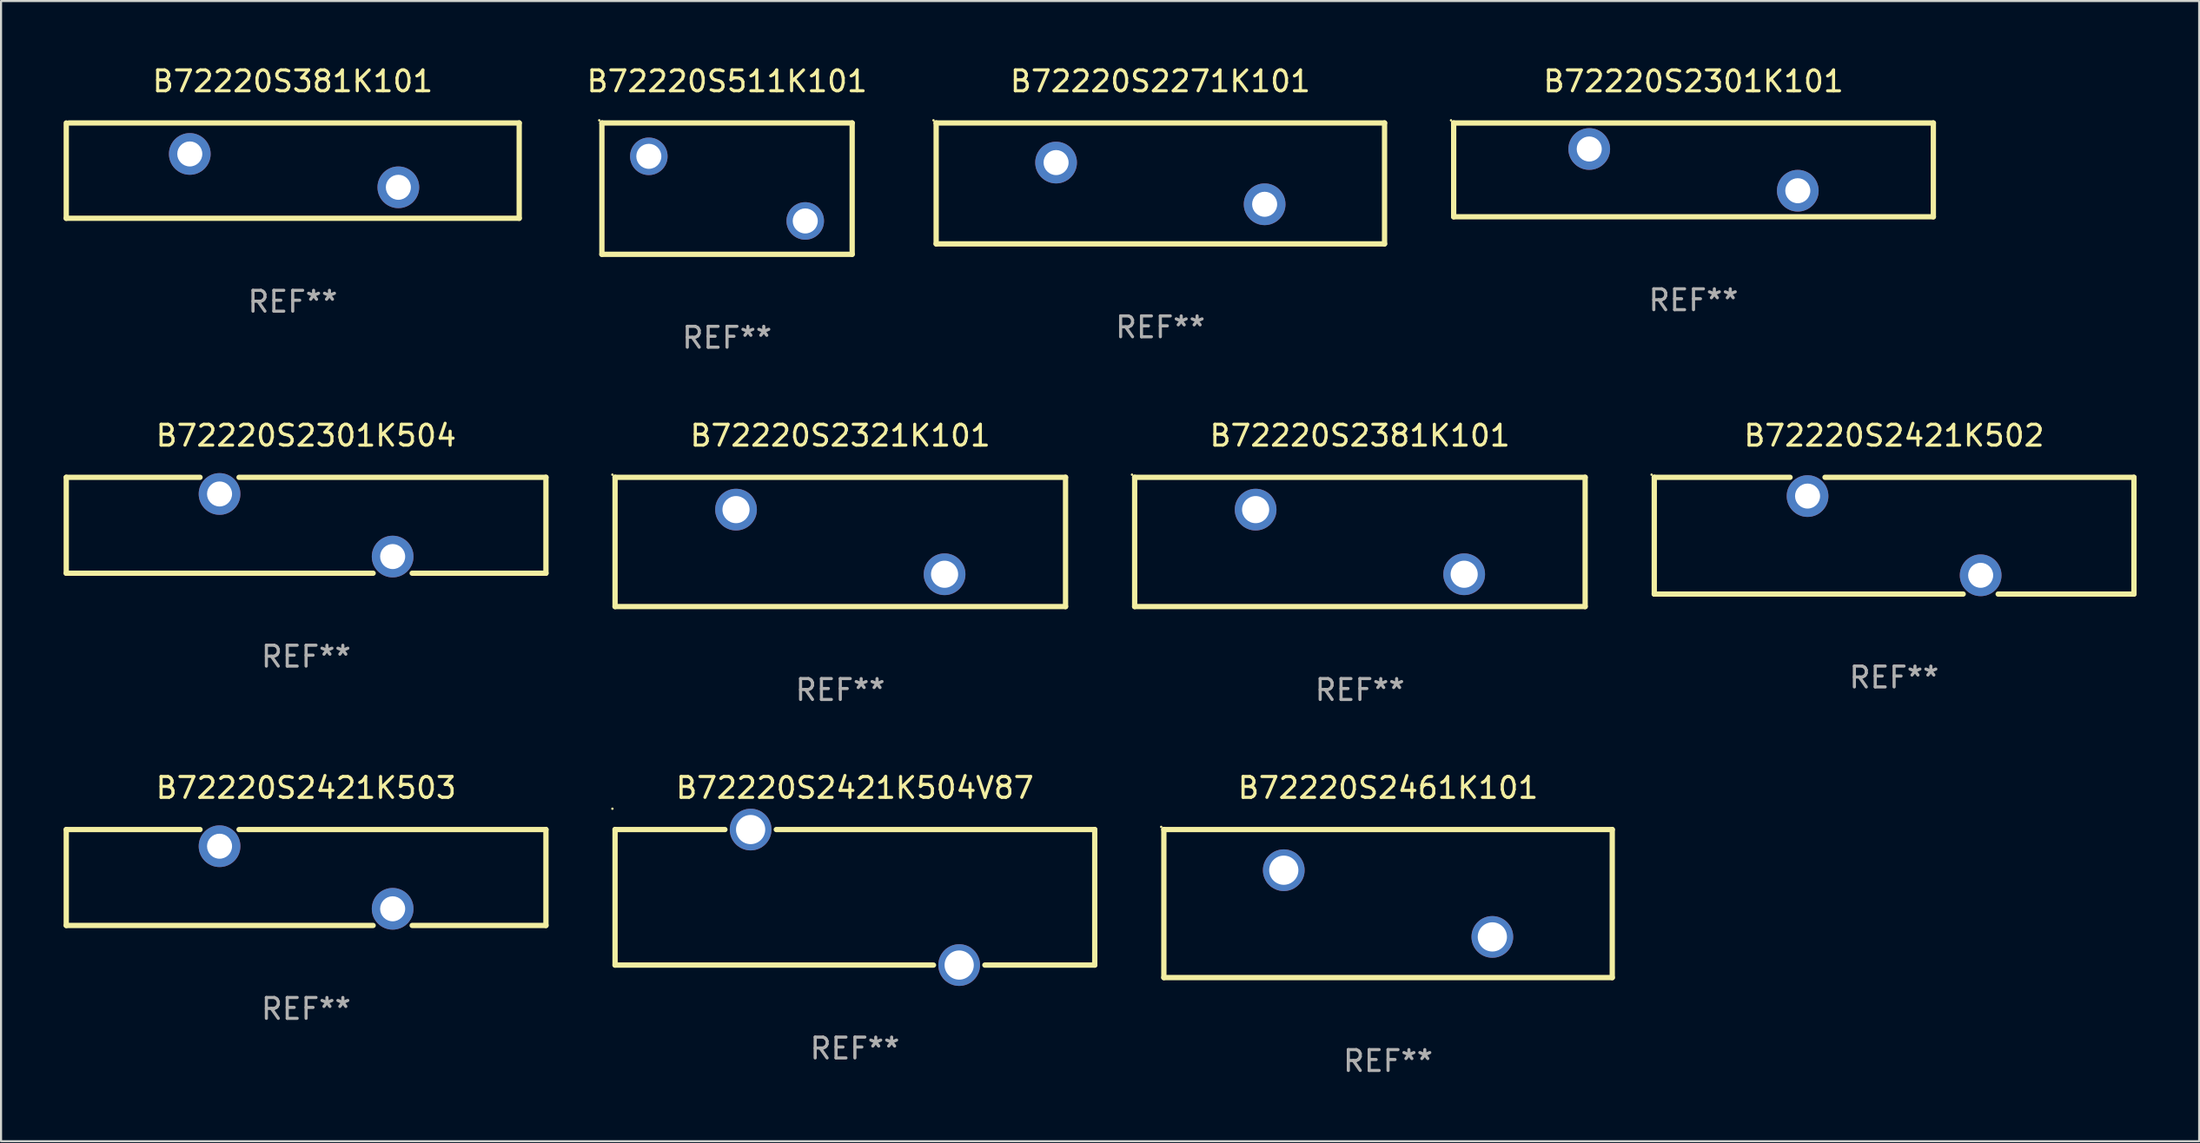
<source format=kicad_pcb>
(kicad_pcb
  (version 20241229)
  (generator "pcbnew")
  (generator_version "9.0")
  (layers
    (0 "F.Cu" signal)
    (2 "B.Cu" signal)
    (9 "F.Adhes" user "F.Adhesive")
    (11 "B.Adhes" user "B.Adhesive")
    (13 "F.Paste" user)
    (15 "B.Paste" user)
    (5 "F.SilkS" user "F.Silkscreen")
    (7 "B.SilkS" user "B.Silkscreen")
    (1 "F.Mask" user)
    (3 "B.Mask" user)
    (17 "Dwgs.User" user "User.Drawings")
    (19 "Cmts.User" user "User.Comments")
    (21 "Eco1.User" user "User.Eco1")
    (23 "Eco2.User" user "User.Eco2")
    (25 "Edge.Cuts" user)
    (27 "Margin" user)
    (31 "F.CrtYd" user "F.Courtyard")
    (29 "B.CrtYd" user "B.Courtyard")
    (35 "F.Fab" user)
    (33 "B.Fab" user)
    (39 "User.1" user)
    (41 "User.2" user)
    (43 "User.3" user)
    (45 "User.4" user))
  (footprint "B72220S2271K101"
    (layer "F.Cu")
    (at 52.587 5.748)
    (property "Reference" "B72220S2271K101" (at 0 -4.9 0) (layer "F.SilkS") (effects (font (size 1 1) (thickness 0.15))))
    (attr through_hole)
    (fp_line (start -10.75 -2.9) (end 10.75 -2.9) (stroke (width 0.254) (type solid)) (layer "F.SilkS"))
    (fp_line (start -10.75 2.9) (end -10.75 -2.9) (stroke (width 0.254) (type solid)) (layer "F.SilkS"))
    (fp_line (start 10.75 -2.9) (end 10.75 2.9) (stroke (width 0.254) (type solid)) (layer "F.SilkS"))
    (fp_line (start 10.75 2.9) (end -10.75 2.9) (stroke (width 0.254) (type solid)) (layer "F.SilkS"))
    (fp_circle (center -10.877 -3.027) (end -10.847 -3.027) (stroke (width 0.06) (type solid)) (fill no) (layer "F.SilkS"))
    (fp_text user "REF**" (at 0 6.9 0) (layer "F.Fab") (effects (font (size 1 1) (thickness 0.15))))
    (pad "1" thru_hole circle (at -5 -1) (size 2 2) (drill 1.2) (layers "*.Cu" "*.Mask"))
    (pad "2" thru_hole circle (at 5 1) (size 2 2) (drill 1.2) (layers "*.Cu" "*.Mask")))
  (footprint "B72220S2421K502"
    (layer "F.Cu")
    (at 87.769 22.645)
    (property "Reference" "B72220S2421K502" (at 0 -4.8 0) (layer "F.SilkS") (effects (font (size 1 1) (thickness 0.15))))
    (attr through_hole)
    (fp_line (start -11.5 -2.8) (end -4.989 -2.8) (stroke (width 0.254) (type solid)) (layer "F.SilkS"))
    (fp_line (start -11.5 2.8) (end -11.5 -2.8) (stroke (width 0.254) (type solid)) (layer "F.SilkS"))
    (fp_line (start -3.312 -2.8) (end 11.5 -2.8) (stroke (width 0.254) (type solid)) (layer "F.SilkS"))
    (fp_line (start 3.312 2.8) (end -11.5 2.8) (stroke (width 0.254) (type solid)) (layer "F.SilkS"))
    (fp_line (start 11.5 -2.8) (end 11.5 2.8) (stroke (width 0.254) (type solid)) (layer "F.SilkS"))
    (fp_line (start 11.5 2.8) (end 4.989 2.8) (stroke (width 0.254) (type solid)) (layer "F.SilkS"))
    (fp_circle (center -11.627 -2.927) (end -11.597 -2.927) (stroke (width 0.06) (type solid)) (fill no) (layer "F.SilkS"))
    (fp_text user "REF**" (at 0 6.8 0) (layer "F.Fab") (effects (font (size 1 1) (thickness 0.15))))
    (pad "1" thru_hole circle (at -4.15 -1.9) (size 2 2) (drill 1.2) (layers "*.Cu" "*.Mask"))
    (pad "2" thru_hole circle (at 4.15 1.9) (size 2 2) (drill 1.2) (layers "*.Cu" "*.Mask")))
  (footprint "B72220S2461K101"
    (layer "F.Cu")
    (at 63.505 40.291)
    (property "Reference" "B72220S2461K101" (at 0 -5.55 0) (layer "F.SilkS") (effects (font (size 1 1) (thickness 0.15))))
    (attr through_hole)
    (fp_line (start -10.75 -3.55) (end 10.75 -3.55) (stroke (width 0.254) (type solid)) (layer "F.SilkS"))
    (fp_line (start -10.75 3.55) (end -10.75 -3.55) (stroke (width 0.254) (type solid)) (layer "F.SilkS"))
    (fp_line (start 10.75 -3.55) (end 10.75 3.55) (stroke (width 0.254) (type solid)) (layer "F.SilkS"))
    (fp_line (start 10.75 3.55) (end -10.75 3.55) (stroke (width 0.254) (type solid)) (layer "F.SilkS"))
    (fp_circle (center -10.877 -3.677) (end -10.847 -3.677) (stroke (width 0.06) (type solid)) (fill no) (layer "F.SilkS"))
    (fp_text user "REF**" (at 0 7.55 0) (layer "F.Fab") (effects (font (size 1 1) (thickness 0.15))))
    (pad "1" thru_hole circle (at -5 -1.6) (size 2 2) (drill 1.4) (layers "*.Cu" "*.Mask"))
    (pad "2" thru_hole circle (at 5 1.6) (size 2 2) (drill 1.4) (layers "*.Cu" "*.Mask")))
  (footprint "B72220S511K101"
    (layer "F.Cu")
    (at 31.81 5.998)
    (property "Reference" "B72220S511K101" (at 0 -5.15 0) (layer "F.SilkS") (effects (font (size 1 1) (thickness 0.15))))
    (attr through_hole)
    (fp_line (start -6 -3.15) (end 6 -3.15) (stroke (width 0.254) (type solid)) (layer "F.SilkS"))
    (fp_line (start -6 3.15) (end -6 -3.15) (stroke (width 0.254) (type solid)) (layer "F.SilkS"))
    (fp_line (start 6 -3.15) (end 6 3.15) (stroke (width 0.254) (type solid)) (layer "F.SilkS"))
    (fp_line (start 6 3.15) (end -6 3.15) (stroke (width 0.254) (type solid)) (layer "F.SilkS"))
    (fp_circle (center -6.127 -3.277) (end -6.097 -3.277) (stroke (width 0.06) (type solid)) (fill no) (layer "F.SilkS"))
    (fp_text user "REF**" (at 0 7.15 0) (layer "F.Fab") (effects (font (size 1 1) (thickness 0.15))))
    (pad "1" thru_hole circle (at -3.75 -1.55) (size 1.8 1.8) (drill 1.2) (layers "*.Cu" "*.Mask"))
    (pad "2" thru_hole circle (at 3.75 1.55) (size 1.8 1.8) (drill 1.2) (layers "*.Cu" "*.Mask")))
  (footprint "B72220S2301K101"
    (layer "F.Cu")
    (at 78.151 5.099)
    (property "Reference" "B72220S2301K101" (at 0 -4.25 0) (layer "F.SilkS") (effects (font (size 1 1) (thickness 0.15))))
    (attr through_hole)
    (fp_line (start -11.5 -2.25) (end 11.5 -2.25) (stroke (width 0.254) (type solid)) (layer "F.SilkS"))
    (fp_line (start -11.5 2.25) (end -11.5 -2.25) (stroke (width 0.254) (type solid)) (layer "F.SilkS"))
    (fp_line (start 11.5 -2.25) (end 11.5 2.25) (stroke (width 0.254) (type solid)) (layer "F.SilkS"))
    (fp_line (start 11.5 2.249) (end -11.5 2.249) (stroke (width 0.254) (type solid)) (layer "F.SilkS"))
    (fp_circle (center -11.627 -2.377) (end -11.597 -2.377) (stroke (width 0.06) (type solid)) (fill no) (layer "F.SilkS"))
    (fp_text user "REF**" (at 0 6.25 0) (layer "F.Fab") (effects (font (size 1 1) (thickness 0.15))))
    (pad "1" thru_hole circle (at -5 -1.002) (size 2 2) (drill 1.2) (layers "*.Cu" "*.Mask"))
    (pad "2" thru_hole circle (at 5 0.999) (size 2 2) (drill 1.2) (layers "*.Cu" "*.Mask")))
  (footprint "B72220S2421K504V87"
    (layer "F.Cu")
    (at 37.941 39.991)
    (property "Reference" "B72220S2421K504V87" (at 0 -5.25 0) (layer "F.SilkS") (effects (font (size 1 1) (thickness 0.15))))
    (attr through_hole)
    (fp_line (start -11.5 -3.25) (end -6.231 -3.25) (stroke (width 0.254) (type solid)) (layer "F.SilkS"))
    (fp_line (start -11.5 3.25) (end -11.5 -3.25) (stroke (width 0.254) (type solid)) (layer "F.SilkS"))
    (fp_line (start -3.769 -3.25) (end 11.5 -3.25) (stroke (width 0.254) (type solid)) (layer "F.SilkS"))
    (fp_line (start 3.769 3.25) (end -11.5 3.25) (stroke (width 0.254) (type solid)) (layer "F.SilkS"))
    (fp_line (start 11.5 -3.25) (end 11.5 3.25) (stroke (width 0.254) (type solid)) (layer "F.SilkS"))
    (fp_line (start 11.5 3.25) (end 6.231 3.25) (stroke (width 0.254) (type solid)) (layer "F.SilkS"))
    (fp_circle (center -11.627 -4.25) (end -11.597 -4.25) (stroke (width 0.06) (type solid)) (fill no) (layer "F.SilkS"))
    (fp_text user "REF**" (at 0 7.25 0) (layer "F.Fab") (effects (font (size 1 1) (thickness 0.15))))
    (pad "1" thru_hole circle (at -5 -3.25) (size 2 2) (drill 1.4) (layers "*.Cu" "*.Mask"))
    (pad "2" thru_hole circle (at 5 3.25) (size 2 2) (drill 1.4) (layers "*.Cu" "*.Mask")))
  (footprint "B72220S2421K503"
    (layer "F.Cu")
    (at 11.627 39.041)
    (property "Reference" "B72220S2421K503" (at 0 -4.3 0) (layer "F.SilkS") (effects (font (size 1 1) (thickness 0.15))))
    (attr through_hole)
    (fp_line (start -11.5 -2.3) (end -5.086 -2.3) (stroke (width 0.254) (type solid)) (layer "F.SilkS"))
    (fp_line (start -11.5 2.3) (end -11.5 -2.3) (stroke (width 0.254) (type solid)) (layer "F.SilkS"))
    (fp_line (start -3.215 -2.3) (end 11.5 -2.3) (stroke (width 0.254) (type solid)) (layer "F.SilkS"))
    (fp_line (start 3.214 2.3) (end -11.5 2.3) (stroke (width 0.254) (type solid)) (layer "F.SilkS"))
    (fp_line (start 11.5 -2.3) (end 11.5 2.3) (stroke (width 0.254) (type solid)) (layer "F.SilkS"))
    (fp_line (start 11.5 2.3) (end 5.086 2.3) (stroke (width 0.254) (type solid)) (layer "F.SilkS"))
    (fp_circle (center -11.5 -2.3) (end -11.47 -2.3) (stroke (width 0.06) (type solid)) (fill no) (layer "F.SilkS"))
    (fp_text user "REF**" (at 0 6.3 0) (layer "F.Fab") (effects (font (size 1 1) (thickness 0.15))))
    (pad "1" thru_hole circle (at -4.15 -1.501) (size 2 2) (drill 1.2) (layers "*.Cu" "*.Mask"))
    (pad "2" thru_hole circle (at 4.15 1.501) (size 2 2) (drill 1.2) (layers "*.Cu" "*.Mask")))
  (footprint "B72220S381K101"
    (layer "F.Cu")
    (at 10.986 5.134)
    (property "Reference" "B72220S381K101" (at 0 -4.286 0) (layer "F.SilkS") (effects (font (size 1 1) (thickness 0.15))))
    (attr through_hole)
    (fp_line (start -10.859 2.286) (end -10.859 -2.286) (stroke (width 0.254) (type solid)) (layer "F.SilkS"))
    (fp_line (start -10.732 -2.286) (end 10.859 -2.286) (stroke (width 0.254) (type solid)) (layer "F.SilkS"))
    (fp_line (start 10.859 -2.286) (end 10.859 2.286) (stroke (width 0.254) (type solid)) (layer "F.SilkS"))
    (fp_line (start 10.859 2.286) (end -10.859 2.286) (stroke (width 0.254) (type solid)) (layer "F.SilkS"))
    (fp_circle (center -10.687 -2.3) (end -10.657 -2.3) (stroke (width 0.06) (type solid)) (fill no) (layer "F.SilkS"))
    (fp_text user "REF**" (at 0 6.286 0) (layer "F.Fab") (effects (font (size 1 1) (thickness 0.15))))
    (pad "1" thru_hole circle (at -4.936 -0.8) (size 2 2) (drill 1.2) (layers "*.Cu" "*.Mask"))
    (pad "2" thru_hole circle (at 5.064 0.8) (size 2 2) (drill 1.2) (layers "*.Cu" "*.Mask")))
  (footprint "B72220S2301K504"
    (layer "F.Cu")
    (at 11.627 22.145)
    (property "Reference" "B72220S2301K504" (at 0 -4.3 0) (layer "F.SilkS") (effects (font (size 1 1) (thickness 0.15))))
    (attr through_hole)
    (fp_line (start -11.5 -2.3) (end -5.086 -2.3) (stroke (width 0.254) (type solid)) (layer "F.SilkS"))
    (fp_line (start -11.5 2.3) (end -11.5 -2.3) (stroke (width 0.254) (type solid)) (layer "F.SilkS"))
    (fp_line (start -3.215 -2.3) (end 11.5 -2.3) (stroke (width 0.254) (type solid)) (layer "F.SilkS"))
    (fp_line (start 3.214 2.3) (end -11.5 2.3) (stroke (width 0.254) (type solid)) (layer "F.SilkS"))
    (fp_line (start 11.5 -2.3) (end 11.5 2.3) (stroke (width 0.254) (type solid)) (layer "F.SilkS"))
    (fp_line (start 11.5 2.3) (end 5.086 2.3) (stroke (width 0.254) (type solid)) (layer "F.SilkS"))
    (fp_circle (center -11.5 -2.3) (end -11.47 -2.3) (stroke (width 0.06) (type solid)) (fill no) (layer "F.SilkS"))
    (fp_text user "REF**" (at 0 6.3 0) (layer "F.Fab") (effects (font (size 1 1) (thickness 0.15))))
    (pad "1" thru_hole circle (at -4.15 -1.501) (size 2 2) (drill 1.2) (layers "*.Cu" "*.Mask"))
    (pad "2" thru_hole circle (at 4.15 1.501) (size 2 2) (drill 1.2) (layers "*.Cu" "*.Mask")))
  (footprint "B72220S2381K101"
    (layer "F.Cu")
    (at 62.155 22.945)
    (property "Reference" "B72220S2381K101" (at 0 -5.1 0) (layer "F.SilkS") (effects (font (size 1 1) (thickness 0.15))))
    (attr through_hole)
    (fp_line (start -10.8 -3.1) (end 10.8 -3.1) (stroke (width 0.254) (type solid)) (layer "F.SilkS"))
    (fp_line (start -10.8 3.1) (end -10.8 -3.1) (stroke (width 0.254) (type solid)) (layer "F.SilkS"))
    (fp_line (start 10.8 -3.1) (end 10.8 3.1) (stroke (width 0.254) (type solid)) (layer "F.SilkS"))
    (fp_line (start 10.8 3.1) (end -10.8 3.1) (stroke (width 0.254) (type solid)) (layer "F.SilkS"))
    (fp_circle (center -10.927 -3.227) (end -10.897 -3.227) (stroke (width 0.06) (type solid)) (fill no) (layer "F.SilkS"))
    (fp_text user "REF**" (at 0 7.1 0) (layer "F.Fab") (effects (font (size 1 1) (thickness 0.15))))
    (pad "1" thru_hole circle (at -5 -1.55) (size 2 2) (drill 1.3) (layers "*.Cu" "*.Mask"))
    (pad "2" thru_hole circle (at 5 1.55) (size 2 2) (drill 1.3) (layers "*.Cu" "*.Mask")))
  (footprint "B72220S2321K101"
    (layer "F.Cu")
    (at 37.241 22.945)
    (property "Reference" "B72220S2321K101" (at 0 -5.1 0) (layer "F.SilkS") (effects (font (size 1 1) (thickness 0.15))))
    (attr through_hole)
    (fp_line (start -10.8 -3.1) (end 10.8 -3.1) (stroke (width 0.254) (type solid)) (layer "F.SilkS"))
    (fp_line (start -10.8 3.1) (end -10.8 -3.1) (stroke (width 0.254) (type solid)) (layer "F.SilkS"))
    (fp_line (start 10.8 -3.1) (end 10.8 3.1) (stroke (width 0.254) (type solid)) (layer "F.SilkS"))
    (fp_line (start 10.8 3.1) (end -10.8 3.1) (stroke (width 0.254) (type solid)) (layer "F.SilkS"))
    (fp_circle (center -10.927 -3.227) (end -10.897 -3.227) (stroke (width 0.06) (type solid)) (fill no) (layer "F.SilkS"))
    (fp_text user "REF**" (at 0 7.1 0) (layer "F.Fab") (effects (font (size 1 1) (thickness 0.15))))
    (pad "1" thru_hole circle (at -5 -1.55) (size 2 2) (drill 1.3) (layers "*.Cu" "*.Mask"))
    (pad "2" thru_hole circle (at 5 1.55) (size 2 2) (drill 1.3) (layers "*.Cu" "*.Mask")))
  (gr_rect
    (start -3 -3)
    (end 102.396 51.69)
    (stroke (width 0.1) (type default))
    (fill no)
    (layer "Edge.Cuts")))
</source>
